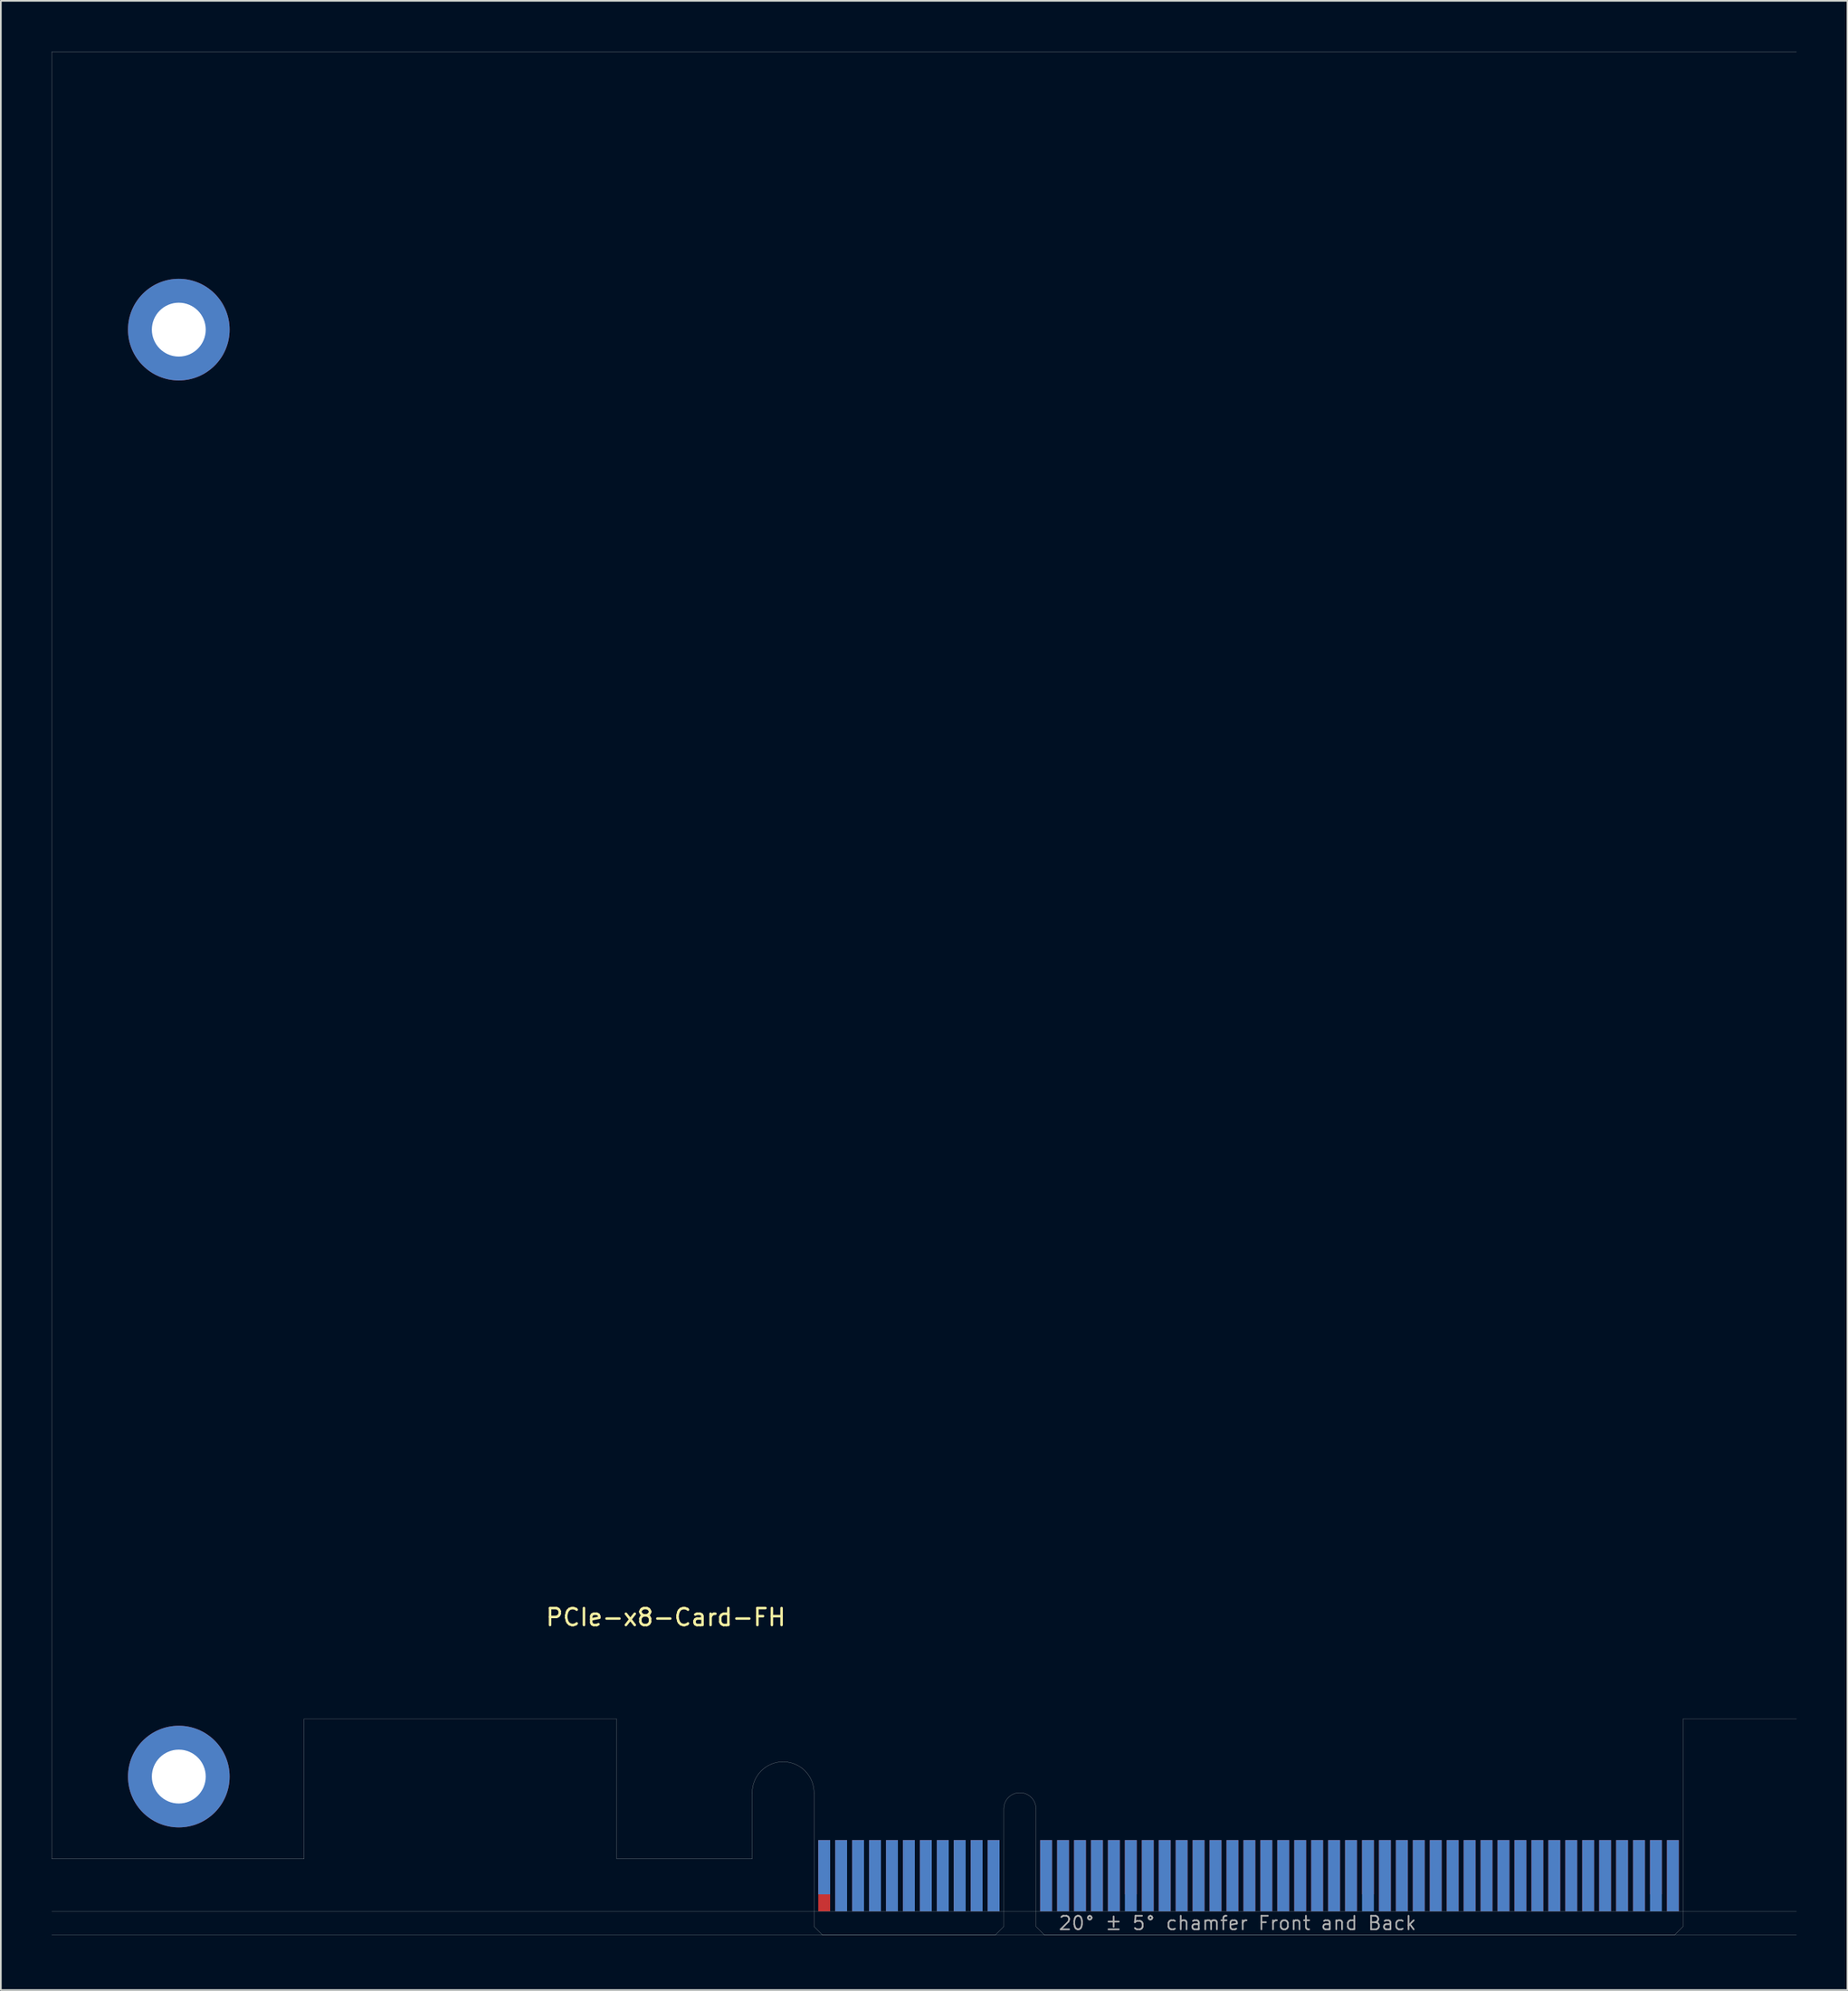
<source format=kicad_pcb>
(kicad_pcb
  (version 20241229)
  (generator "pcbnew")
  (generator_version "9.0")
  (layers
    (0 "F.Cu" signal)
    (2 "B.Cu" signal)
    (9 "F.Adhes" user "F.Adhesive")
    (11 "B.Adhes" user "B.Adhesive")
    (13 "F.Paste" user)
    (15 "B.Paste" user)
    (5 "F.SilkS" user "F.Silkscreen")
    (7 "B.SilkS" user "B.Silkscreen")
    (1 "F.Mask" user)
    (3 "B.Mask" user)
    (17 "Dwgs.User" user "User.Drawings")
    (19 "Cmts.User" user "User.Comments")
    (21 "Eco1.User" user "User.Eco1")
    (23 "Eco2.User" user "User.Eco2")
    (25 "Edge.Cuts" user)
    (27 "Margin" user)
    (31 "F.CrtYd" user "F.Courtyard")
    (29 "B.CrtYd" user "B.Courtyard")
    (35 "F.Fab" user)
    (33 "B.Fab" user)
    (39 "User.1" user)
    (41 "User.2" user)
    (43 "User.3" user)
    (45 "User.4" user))
  (footprint "PCIe-x8-Card-FH"
    (layer "F.Cu")
    (at 45.005 111.155)
    (property "Reference" "PCIe-x8-Card-FH" (at -8.75 -18.75 0) (layer "F.SilkS") (effects (font (size 1 1) (thickness 0.15))))
    (attr smd)
    (fp_poly (pts (xy -3.65 -4.5) (xy -11.65 -4.5) (xy -11.65 -7.95) (xy -3.65 -7.95)) (stroke (width 0.1) (type solid)) (fill yes) (layer "F.Mask"))
    (fp_poly (pts (xy 11.2 -5.45) (xy 0 -5.45) (xy 0 0) (xy 11.2 0)) (stroke (width 0.1) (type solid)) (fill yes) (layer "F.Mask"))
    (fp_poly (pts (xy 51.3 -5.45) (xy 13.1 -5.45) (xy 13.1 0) (xy 51.3 0)) (stroke (width 0.1) (type solid)) (fill yes) (layer "F.Mask"))
    (fp_poly (pts (xy -3.65 -7.95) (xy -11.65 -7.95) (xy -11.65 -4.5) (xy -3.65 -4.5)) (stroke (width 0.1) (type solid)) (fill yes) (layer "B.Mask"))
    (fp_poly (pts (xy 11.2 0) (xy 0 0) (xy 0 -5.45) (xy 11.2 -5.45)) (stroke (width 0.1) (type solid)) (fill yes) (layer "B.Mask"))
    (fp_poly (pts (xy 51.3 -5.45) (xy 13.1 -5.45) (xy 13.1 0) (xy 51.3 0)) (stroke (width 0.1) (type solid)) (fill yes) (layer "B.Mask"))
    (fp_line (start -45 -111.15) (end 58 -111.15) (stroke (width 0.01) (type solid)) (layer "Edge.Cuts"))
    (fp_line (start -45 -4.5) (end -45 -111.15) (stroke (width 0.01) (type solid)) (layer "Edge.Cuts"))
    (fp_line (start -30.1 -12.75) (end -30.1 -4.5) (stroke (width 0.01) (type solid)) (layer "Edge.Cuts"))
    (fp_line (start -30.1 -4.5) (end -45 -4.5) (stroke (width 0.01) (type solid)) (layer "Edge.Cuts"))
    (fp_line (start -11.65 -12.75) (end -30.1 -12.75) (stroke (width 0.01) (type solid)) (layer "Edge.Cuts"))
    (fp_line (start -11.65 -4.5) (end -11.65 -12.75) (stroke (width 0.01) (type solid)) (layer "Edge.Cuts"))
    (fp_line (start -3.65 -4.5) (end -11.65 -4.5) (stroke (width 0.01) (type solid)) (layer "Edge.Cuts"))
    (fp_line (start -3.65 -4.5) (end -3.65 -8.4) (stroke (width 0.01) (type solid)) (layer "Edge.Cuts"))
    (fp_line (start 0 -0.5) (end 0 -8.4) (stroke (width 0.01) (type solid)) (layer "Edge.Cuts"))
    (fp_line (start 0.5 0) (end 0 -0.5) (stroke (width 0.01) (type solid)) (layer "Edge.Cuts"))
    (fp_line (start 0.5 0) (end 10.7 0) (stroke (width 0.01) (type solid)) (layer "Edge.Cuts"))
    (fp_line (start 10.7 0) (end 11.2 -0.5) (stroke (width 0.01) (type solid)) (layer "Edge.Cuts"))
    (fp_line (start 11.2 -0.5) (end 11.2 -7.45) (stroke (width 0.01) (type solid)) (layer "Edge.Cuts"))
    (fp_line (start 13.1 -0.5) (end 13.1 -7.45) (stroke (width 0.01) (type solid)) (layer "Edge.Cuts"))
    (fp_line (start 13.6 0) (end 13.1 -0.5) (stroke (width 0.01) (type solid)) (layer "Edge.Cuts"))
    (fp_line (start 50.8 0) (end 13.6 0) (stroke (width 0.01) (type solid)) (layer "Edge.Cuts"))
    (fp_line (start 50.8 0) (end 51.3 -0.5) (stroke (width 0.01) (type solid)) (layer "Edge.Cuts"))
    (fp_line (start 51.3 -12.75) (end 58 -12.75) (stroke (width 0.01) (type solid)) (layer "Edge.Cuts"))
    (fp_line (start 51.3 -0.5) (end 51.3 -12.75) (stroke (width 0.01) (type solid)) (layer "Edge.Cuts"))
    (fp_arc (start -3.65 -8.4) (mid -1.825 -10.225) (end 0 -8.4) (stroke (width 0.01) (type solid)) (layer "Edge.Cuts"))
    (fp_arc (start 11.2 -7.45) (mid 12.15 -8.4) (end 13.1 -7.45) (stroke (width 0.01) (type solid)) (layer "Edge.Cuts"))
    (fp_line (start -45 -1.4) (end 58 -1.4) (stroke (width 0.01) (type solid)) (layer "F.Fab"))
    (fp_line (start -45 0) (end 58 0) (stroke (width 0.01) (type solid)) (layer "F.Fab"))
    (fp_text user "20° ± 5° chamfer Front and Back" (at 25 -0.7 0) (layer "F.Fab") (effects (font (size 0.8 0.8) (thickness 0.1))))
    (pad "A1" smd rect (at 0.6 -4) (size 0.7 3.2) (layers "B.Cu"))
    (pad "A2" smd rect (at 1.6 -3.5) (size 0.7 4.2) (layers "B.Cu"))
    (pad "A3" smd rect (at 2.6 -3.5) (size 0.7 4.2) (layers "B.Cu"))
    (pad "A4" smd rect (at 3.6 -3.5) (size 0.7 4.2) (layers "B.Cu"))
    (pad "A5" smd rect (at 4.6 -3.5) (size 0.7 4.2) (layers "B.Cu"))
    (pad "A6" smd rect (at 5.6 -3.5) (size 0.7 4.2) (layers "B.Cu"))
    (pad "A7" smd rect (at 6.6 -3.5) (size 0.7 4.2) (layers "B.Cu"))
    (pad "A8" smd rect (at 7.6 -3.5) (size 0.7 4.2) (layers "B.Cu"))
    (pad "A9" smd rect (at 8.6 -3.5) (size 0.7 4.2) (layers "B.Cu"))
    (pad "A10" smd rect (at 9.6 -3.5) (size 0.7 4.2) (layers "B.Cu"))
    (pad "A11" smd rect (at 10.6 -3.5) (size 0.7 4.2) (layers "B.Cu"))
    (pad "A12" smd rect (at 13.7 -3.5) (size 0.7 4.2) (layers "B.Cu"))
    (pad "A13" smd rect (at 14.7 -3.5) (size 0.7 4.2) (layers "B.Cu"))
    (pad "A14" smd rect (at 15.7 -3.5) (size 0.7 4.2) (layers "B.Cu"))
    (pad "A15" smd rect (at 16.7 -3.5) (size 0.7 4.2) (layers "B.Cu"))
    (pad "A16" smd rect (at 17.7 -3.5) (size 0.7 4.2) (layers "B.Cu"))
    (pad "A17" smd rect (at 18.7 -3.5) (size 0.7 4.2) (layers "B.Cu"))
    (pad "A18" smd rect (at 19.7 -3.5) (size 0.7 4.2) (layers "B.Cu"))
    (pad "A19" smd rect (at 20.7 -3.5) (size 0.7 4.2) (layers "B.Cu"))
    (pad "A20" smd rect (at 21.7 -3.5) (size 0.7 4.2) (layers "B.Cu"))
    (pad "A21" smd rect (at 22.7 -3.5) (size 0.7 4.2) (layers "B.Cu"))
    (pad "A22" smd rect (at 23.7 -3.5) (size 0.7 4.2) (layers "B.Cu"))
    (pad "A23" smd rect (at 24.7 -3.5) (size 0.7 4.2) (layers "B.Cu"))
    (pad "A24" smd rect (at 25.7 -3.5) (size 0.7 4.2) (layers "B.Cu"))
    (pad "A25" smd rect (at 26.7 -3.5) (size 0.7 4.2) (layers "B.Cu"))
    (pad "A26" smd rect (at 27.7 -3.5) (size 0.7 4.2) (layers "B.Cu"))
    (pad "A27" smd rect (at 28.7 -3.5) (size 0.7 4.2) (layers "B.Cu"))
    (pad "A28" smd rect (at 29.7 -3.5) (size 0.7 4.2) (layers "B.Cu"))
    (pad "A29" smd rect (at 30.7 -3.5) (size 0.7 4.2) (layers "B.Cu"))
    (pad "A30" smd rect (at 31.7 -3.5) (size 0.7 4.2) (layers "B.Cu"))
    (pad "A31" smd rect (at 32.7 -3.5) (size 0.7 4.2) (layers "B.Cu"))
    (pad "A32" smd rect (at 33.7 -3.5) (size 0.7 4.2) (layers "B.Cu"))
    (pad "A33" smd rect (at 34.7 -3.5) (size 0.7 4.2) (layers "B.Cu"))
    (pad "A34" smd rect (at 35.7 -3.5) (size 0.7 4.2) (layers "B.Cu"))
    (pad "A35" smd rect (at 36.7 -3.5) (size 0.7 4.2) (layers "B.Cu"))
    (pad "A36" smd rect (at 37.7 -3.5) (size 0.7 4.2) (layers "B.Cu"))
    (pad "A37" smd rect (at 38.7 -3.5) (size 0.7 4.2) (layers "B.Cu"))
    (pad "A38" smd rect (at 39.7 -3.5) (size 0.7 4.2) (layers "B.Cu"))
    (pad "A39" smd rect (at 40.7 -3.5) (size 0.7 4.2) (layers "B.Cu"))
    (pad "A40" smd rect (at 41.7 -3.5) (size 0.7 4.2) (layers "B.Cu"))
    (pad "A41" smd rect (at 42.7 -3.5) (size 0.7 4.2) (layers "B.Cu"))
    (pad "A42" smd rect (at 43.7 -3.5) (size 0.7 4.2) (layers "B.Cu"))
    (pad "A43" smd rect (at 44.7 -3.5) (size 0.7 4.2) (layers "B.Cu"))
    (pad "A44" smd rect (at 45.7 -3.5) (size 0.7 4.2) (layers "B.Cu"))
    (pad "A45" smd rect (at 46.7 -3.5) (size 0.7 4.2) (layers "B.Cu"))
    (pad "A46" smd rect (at 47.7 -3.5) (size 0.7 4.2) (layers "B.Cu"))
    (pad "A47" smd rect (at 48.7 -3.5) (size 0.7 4.2) (layers "B.Cu"))
    (pad "A48" smd rect (at 49.7 -3.5) (size 0.7 4.2) (layers "B.Cu"))
    (pad "A49" smd rect (at 50.7 -3.5) (size 0.7 4.2) (layers "B.Cu"))
    (pad "B1" smd rect (at 0.6 -3.5) (size 0.7 4.2) (layers "F.Cu"))
    (pad "B2" smd rect (at 1.6 -3.5) (size 0.7 4.2) (layers "F.Cu"))
    (pad "B3" smd rect (at 2.6 -3.5) (size 0.7 4.2) (layers "F.Cu"))
    (pad "B4" smd rect (at 3.6 -3.5) (size 0.7 4.2) (layers "F.Cu"))
    (pad "B5" smd rect (at 4.6 -3.5) (size 0.7 4.2) (layers "F.Cu"))
    (pad "B6" smd rect (at 5.6 -3.5) (size 0.7 4.2) (layers "F.Cu"))
    (pad "B7" smd rect (at 6.6 -3.5) (size 0.7 4.2) (layers "F.Cu"))
    (pad "B8" smd rect (at 7.6 -3.5) (size 0.7 4.2) (layers "F.Cu"))
    (pad "B9" smd rect (at 8.6 -3.5) (size 0.7 4.2) (layers "F.Cu"))
    (pad "B10" smd rect (at 9.6 -3.5) (size 0.7 4.2) (layers "F.Cu"))
    (pad "B11" smd rect (at 10.6 -3.5) (size 0.7 4.2) (layers "F.Cu"))
    (pad "B12" smd rect (at 13.7 -3.5) (size 0.7 4.2) (layers "F.Cu"))
    (pad "B13" smd rect (at 14.7 -3.5) (size 0.7 4.2) (layers "F.Cu"))
    (pad "B14" smd rect (at 15.7 -3.5) (size 0.7 4.2) (layers "F.Cu"))
    (pad "B15" smd rect (at 16.7 -3.5) (size 0.7 4.2) (layers "F.Cu"))
    (pad "B16" smd rect (at 17.7 -3.5) (size 0.7 4.2) (layers "F.Cu"))
    (pad "B17" smd rect (at 18.7 -4) (size 0.7 3.2) (layers "F.Cu"))
    (pad "B18" smd rect (at 19.7 -3.5) (size 0.7 4.2) (layers "F.Cu"))
    (pad "B19" smd rect (at 20.7 -3.5) (size 0.7 4.2) (layers "F.Cu"))
    (pad "B20" smd rect (at 21.7 -3.5) (size 0.7 4.2) (layers "F.Cu"))
    (pad "B21" smd rect (at 22.7 -3.5) (size 0.7 4.2) (layers "F.Cu"))
    (pad "B22" smd rect (at 23.7 -3.5) (size 0.7 4.2) (layers "F.Cu"))
    (pad "B23" smd rect (at 24.7 -3.5) (size 0.7 4.2) (layers "F.Cu"))
    (pad "B24" smd rect (at 25.7 -3.5) (size 0.7 4.2) (layers "F.Cu"))
    (pad "B25" smd rect (at 26.7 -3.5) (size 0.7 4.2) (layers "F.Cu"))
    (pad "B26" smd rect (at 27.7 -3.5) (size 0.7 4.2) (layers "F.Cu"))
    (pad "B27" smd rect (at 28.7 -3.5) (size 0.7 4.2) (layers "F.Cu"))
    (pad "B28" smd rect (at 29.7 -3.5) (size 0.7 4.2) (layers "F.Cu"))
    (pad "B29" smd rect (at 30.7 -3.5) (size 0.7 4.2) (layers "F.Cu"))
    (pad "B30" smd rect (at 31.7 -3.5) (size 0.7 4.2) (layers "F.Cu"))
    (pad "B31" smd rect (at 32.7 -4) (size 0.7 3.2) (layers "F.Cu"))
    (pad "B32" smd rect (at 33.7 -3.5) (size 0.7 4.2) (layers "F.Cu"))
    (pad "B33" smd rect (at 34.7 -3.5) (size 0.7 4.2) (layers "F.Cu"))
    (pad "B34" smd rect (at 35.7 -3.5) (size 0.7 4.2) (layers "F.Cu"))
    (pad "B35" smd rect (at 36.7 -3.5) (size 0.7 4.2) (layers "F.Cu"))
    (pad "B36" smd rect (at 37.7 -3.5) (size 0.7 4.2) (layers "F.Cu"))
    (pad "B37" smd rect (at 38.7 -3.5) (size 0.7 4.2) (layers "F.Cu"))
    (pad "B38" smd rect (at 39.7 -3.5) (size 0.7 4.2) (layers "F.Cu"))
    (pad "B39" smd rect (at 40.7 -3.5) (size 0.7 4.2) (layers "F.Cu"))
    (pad "B40" smd rect (at 41.7 -3.5) (size 0.7 4.2) (layers "F.Cu"))
    (pad "B41" smd rect (at 42.7 -3.5) (size 0.7 4.2) (layers "F.Cu"))
    (pad "B42" smd rect (at 43.7 -3.5) (size 0.7 4.2) (layers "F.Cu"))
    (pad "B43" smd rect (at 44.7 -3.5) (size 0.7 4.2) (layers "F.Cu"))
    (pad "B44" smd rect (at 45.7 -3.5) (size 0.7 4.2) (layers "F.Cu"))
    (pad "B45" smd rect (at 46.7 -3.5) (size 0.7 4.2) (layers "F.Cu"))
    (pad "B46" smd rect (at 47.7 -3.5) (size 0.7 4.2) (layers "F.Cu"))
    (pad "B47" smd rect (at 48.7 -3.5) (size 0.7 4.2) (layers "F.Cu"))
    (pad "B48" smd rect (at 49.7 -4) (size 0.7 3.2) (layers "F.Cu"))
    (pad "B49" smd rect (at 50.7 -3.5) (size 0.7 4.2) (layers "F.Cu"))
    (pad "G1" thru_hole circle (at -37.5 -94.75) (size 6 6) (drill 3.18) (layers "*.Cu" "*.Mask"))
    (pad "G2" thru_hole circle (at -37.5 -9.35) (size 6 6) (drill 3.18) (layers "*.Cu" "*.Mask")))
  (gr_rect
    (start -3 -3)
    (end 106.01 114.405)
    (stroke (width 0.1) (type default))
    (fill no)
    (layer "Edge.Cuts")))
</source>
